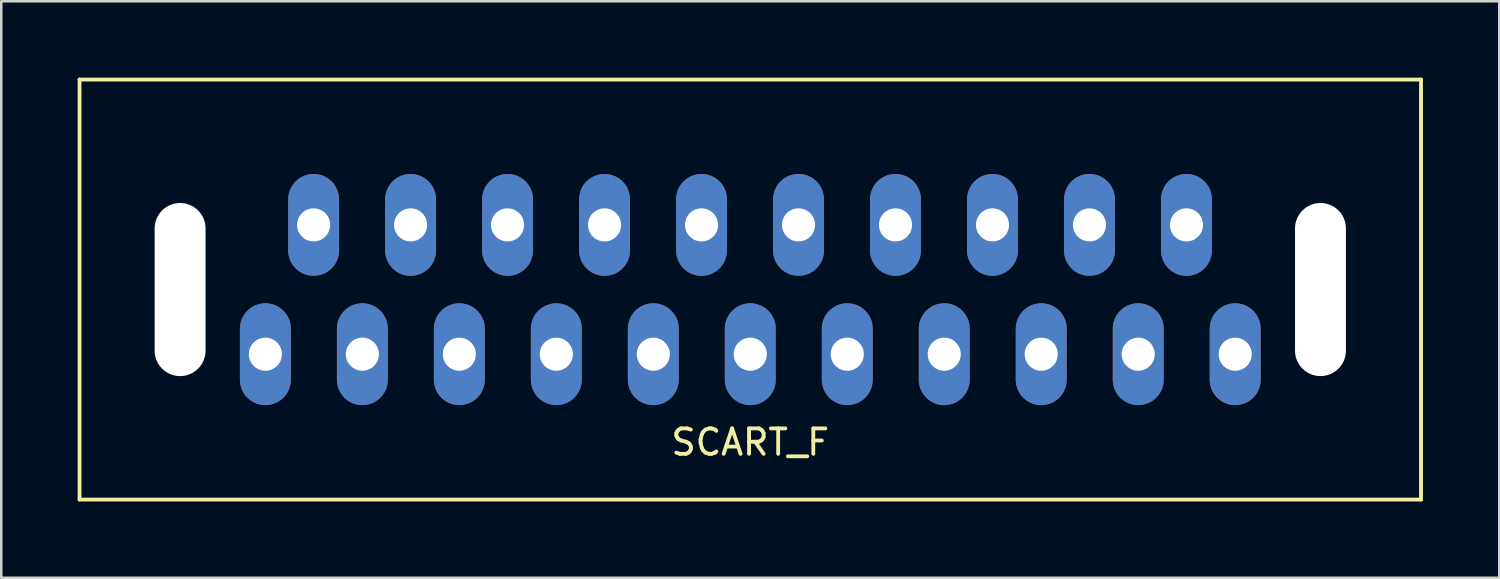
<source format=kicad_pcb>
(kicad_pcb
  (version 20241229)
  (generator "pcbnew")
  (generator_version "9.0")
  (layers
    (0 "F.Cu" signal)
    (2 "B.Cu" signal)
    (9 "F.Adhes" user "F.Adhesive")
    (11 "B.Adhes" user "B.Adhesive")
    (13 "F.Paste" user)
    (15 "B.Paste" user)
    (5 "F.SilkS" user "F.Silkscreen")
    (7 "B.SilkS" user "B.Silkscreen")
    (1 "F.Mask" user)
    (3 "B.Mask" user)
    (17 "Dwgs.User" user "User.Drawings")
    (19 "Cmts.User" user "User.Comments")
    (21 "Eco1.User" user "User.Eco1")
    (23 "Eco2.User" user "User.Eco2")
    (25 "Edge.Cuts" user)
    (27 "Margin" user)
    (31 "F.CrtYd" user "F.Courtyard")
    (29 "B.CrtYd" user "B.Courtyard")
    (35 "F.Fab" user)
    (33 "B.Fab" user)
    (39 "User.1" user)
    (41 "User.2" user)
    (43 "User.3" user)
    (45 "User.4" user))
  (footprint "SCART_F"
    (layer "F.Cu")
    (at 26.425 8.325)
    (property "Reference" "SCART_F" (at 0 6 0) (layer "F.SilkS") (effects (font (size 1 1) (thickness 0.15))))
    (attr through_hole)
    (fp_line (start -26.35 -8.25) (end 26.35 -8.25) (stroke (width 0.15) (type solid)) (layer "F.SilkS"))
    (fp_line (start -26.35 8.25) (end -26.35 -8.25) (stroke (width 0.15) (type solid)) (layer "F.SilkS"))
    (fp_line (start 26.35 -8.25) (end 26.35 8.25) (stroke (width 0.15) (type solid)) (layer "F.SilkS"))
    (fp_line (start 26.35 8.25) (end -26.35 8.25) (stroke (width 0.15) (type solid)) (layer "F.SilkS"))
    (pad "" np_thru_hole oval (at -22.4 0) (size 2 6.8) (drill oval 2 6.8) (layers "*.Cu" "*.Mask"))
    (pad "" np_thru_hole oval (at 22.4 0) (size 2 6.8) (drill oval 2 6.8) (layers "*.Cu" "*.Mask"))
    (pad "1" thru_hole oval (at 19.05 2.54) (size 2 4) (drill 1.3) (layers "*.Cu" "*.Mask"))
    (pad "2" thru_hole oval (at 17.135 -2.54) (size 2 4) (drill 1.3) (layers "*.Cu" "*.Mask"))
    (pad "3" thru_hole oval (at 15.24 2.54) (size 2 4) (drill 1.3) (layers "*.Cu" "*.Mask"))
    (pad "4" thru_hole oval (at 13.325 -2.54) (size 2 4) (drill 1.3) (layers "*.Cu" "*.Mask"))
    (pad "5" thru_hole oval (at 11.43 2.54) (size 2 4) (drill 1.3) (layers "*.Cu" "*.Mask"))
    (pad "6" thru_hole oval (at 9.515 -2.54) (size 2 4) (drill 1.3) (layers "*.Cu" "*.Mask"))
    (pad "7" thru_hole oval (at 7.62 2.54) (size 2 4) (drill 1.3) (layers "*.Cu" "*.Mask"))
    (pad "8" thru_hole oval (at 5.705 -2.54) (size 2 4) (drill 1.3) (layers "*.Cu" "*.Mask"))
    (pad "9" thru_hole oval (at 3.81 2.54) (size 2 4) (drill 1.3) (layers "*.Cu" "*.Mask"))
    (pad "10" thru_hole oval (at 1.895 -2.54) (size 2 4) (drill 1.3) (layers "*.Cu" "*.Mask"))
    (pad "11" thru_hole oval (at 0 2.54) (size 2 4) (drill 1.3) (layers "*.Cu" "*.Mask"))
    (pad "12" thru_hole oval (at -1.915 -2.54) (size 2 4) (drill 1.3) (layers "*.Cu" "*.Mask"))
    (pad "13" thru_hole oval (at -3.81 2.54) (size 2 4) (drill 1.3) (layers "*.Cu" "*.Mask"))
    (pad "14" thru_hole oval (at -5.725 -2.54) (size 2 4) (drill 1.3) (layers "*.Cu" "*.Mask"))
    (pad "15" thru_hole oval (at -7.62 2.54) (size 2 4) (drill 1.3) (layers "*.Cu" "*.Mask"))
    (pad "16" thru_hole oval (at -9.535 -2.54) (size 2 4) (drill 1.3) (layers "*.Cu" "*.Mask"))
    (pad "17" thru_hole oval (at -11.43 2.54) (size 2 4) (drill 1.3) (layers "*.Cu" "*.Mask"))
    (pad "18" thru_hole oval (at -13.345 -2.54) (size 2 4) (drill 1.3) (layers "*.Cu" "*.Mask"))
    (pad "19" thru_hole oval (at -15.24 2.54) (size 2 4) (drill 1.3) (layers "*.Cu" "*.Mask"))
    (pad "20" thru_hole oval (at -17.155 -2.54) (size 2 4) (drill 1.3) (layers "*.Cu" "*.Mask"))
    (pad "21" thru_hole oval (at -19.05 2.54) (size 2 4) (drill 1.3) (layers "*.Cu" "*.Mask")))
  (gr_rect
    (start -3 -3)
    (end 55.85 19.65)
    (stroke (width 0.1) (type default))
    (fill no)
    (layer "Edge.Cuts")))
</source>
